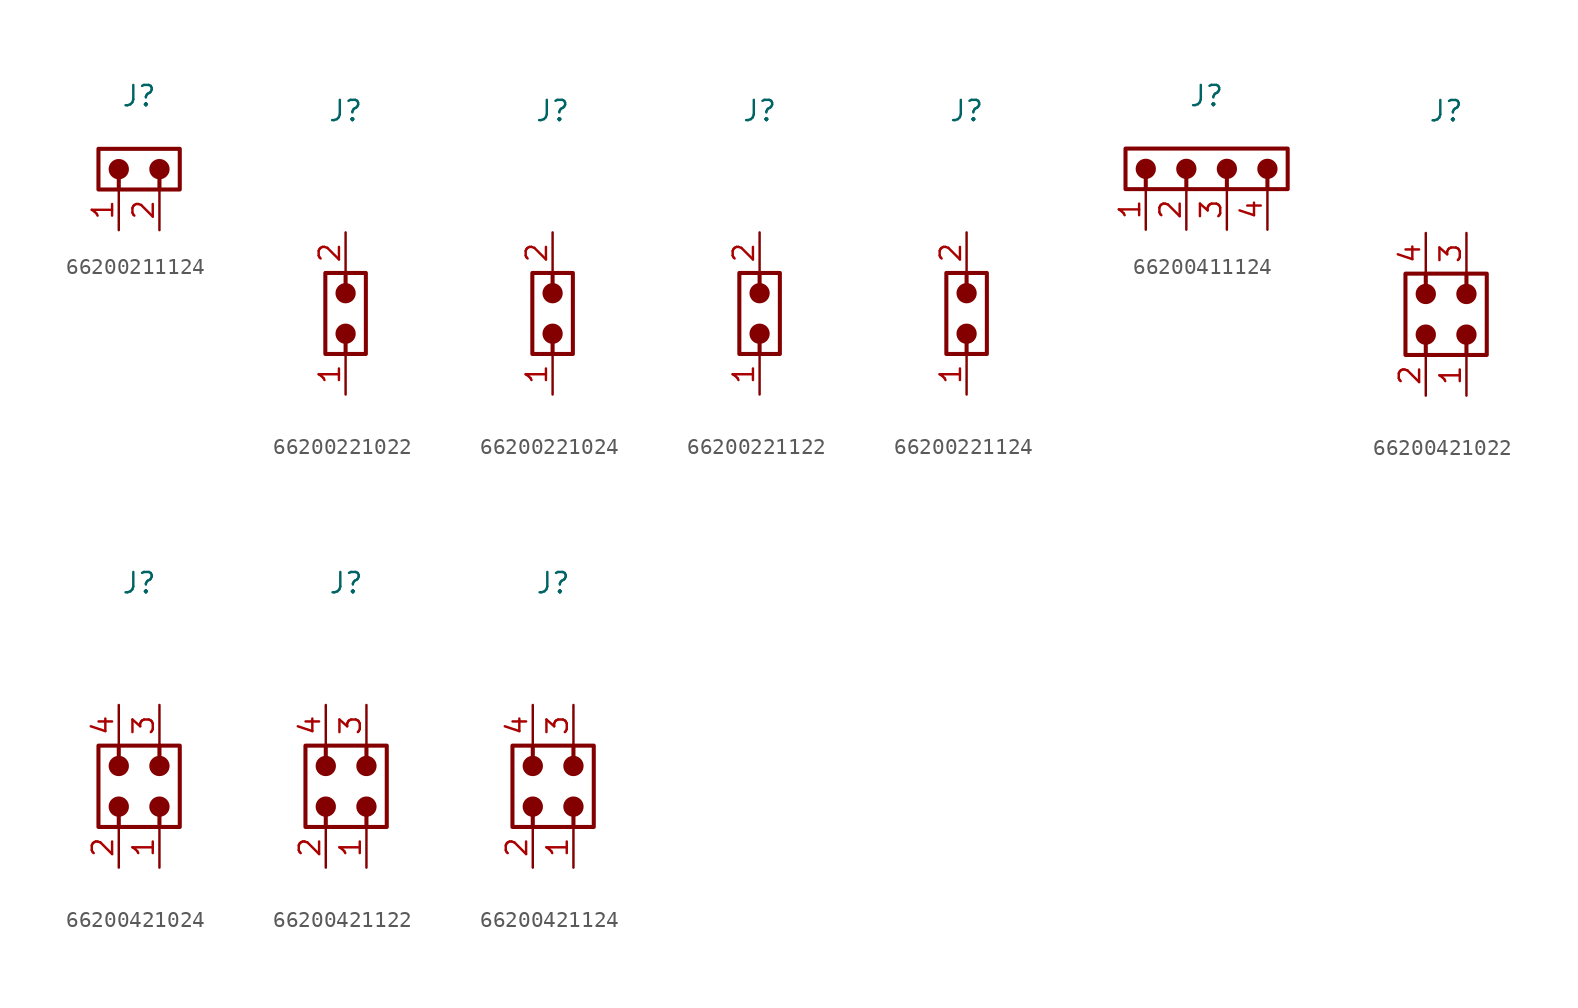
<source format=kicad_sym>
(kicad_symbol_lib
  (version 20241209)
  (generator "kicad_symbol_editor")
  (generator_version "9.0")
  (symbol "66200211124"
    (pin_names
      (hide yes))
    (property "Reference" "J"
      (at 0 4.572 0)
      (effects (font (size 1.27 1.27))))
    (symbol "66200211124_1_1"
      (rectangle (start -2.54 1.27) (end 2.54 -1.27) (stroke (width 0.254) (type solid)) (fill (type none)))
      (circle (center -1.27 0) (radius 0.508) (stroke (width 0.254) (type solid)) (fill (type outline)))
      (polyline (pts (xy -1.27 -0.508) (xy -1.27 -1.27)) (stroke (width 0.254) (type solid)) (fill (type none)))
      (circle (center 1.27 0) (radius 0.508) (stroke (width 0.254) (type solid)) (fill (type outline)))
      (polyline (pts (xy 1.27 -0.508) (xy 1.27 -1.27)) (stroke (width 0.254) (type solid)) (fill (type none)))
      (pin passive line (at -1.27 -3.81 90) (length 2.54) (name "1" (effects (font (size 1.27 1.27)))) (number "1" (effects (font (size 1.27 1.27)))))
      (pin passive line (at 1.27 -3.81 90) (length 2.54) (name "2" (effects (font (size 1.27 1.27)))) (number "2" (effects (font (size 1.27 1.27)))))))
  (symbol "66200221022"
    (pin_names
      (hide yes))
    (property "Reference" "J"
      (at 0 12.7 0)
      (effects (font (size 1.27 1.27))))
    (symbol "66200221022_1_1"
      (polyline (pts (xy 0 1.778) (xy 0 2.54)) (stroke (width 0.254) (type solid)) (fill (type none)))
      (circle (center 0 1.27) (radius 0.508) (stroke (width 0.254) (type solid)) (fill (type outline)))
      (circle (center 0 -1.27) (radius 0.508) (stroke (width 0.254) (type solid)) (fill (type outline)))
      (polyline (pts (xy 0 -1.778) (xy 0 -2.54)) (stroke (width 0.254) (type solid)) (fill (type none)))
      (rectangle (start 1.27 -2.54) (end -1.27 2.54) (stroke (width 0.254) (type solid)) (fill (type none)))
      (pin passive line (at 0 5.08 270) (length 2.54) (name "2" (effects (font (size 1.27 1.27)))) (number "2" (effects (font (size 1.27 1.27)))))
      (pin passive line (at 0 -5.08 90) (length 2.54) (name "1" (effects (font (size 1.27 1.27)))) (number "1" (effects (font (size 1.27 1.27)))))))
  (symbol "66200221024"
    (pin_names
      (hide yes))
    (property "Reference" "J"
      (at 0 12.7 0)
      (effects (font (size 1.27 1.27))))
    (symbol "66200221024_1_1"
      (polyline (pts (xy 0 1.778) (xy 0 2.54)) (stroke (width 0.254) (type solid)) (fill (type none)))
      (circle (center 0 1.27) (radius 0.508) (stroke (width 0.254) (type solid)) (fill (type outline)))
      (circle (center 0 -1.27) (radius 0.508) (stroke (width 0.254) (type solid)) (fill (type outline)))
      (polyline (pts (xy 0 -1.778) (xy 0 -2.54)) (stroke (width 0.254) (type solid)) (fill (type none)))
      (rectangle (start 1.27 -2.54) (end -1.27 2.54) (stroke (width 0.254) (type solid)) (fill (type none)))
      (pin passive line (at 0 5.08 270) (length 2.54) (name "2" (effects (font (size 1.27 1.27)))) (number "2" (effects (font (size 1.27 1.27)))))
      (pin passive line (at 0 -5.08 90) (length 2.54) (name "1" (effects (font (size 1.27 1.27)))) (number "1" (effects (font (size 1.27 1.27)))))))
  (symbol "66200221122"
    (pin_names
      (hide yes))
    (property "Reference" "J"
      (at 0 12.7 0)
      (effects (font (size 1.27 1.27))))
    (symbol "66200221122_1_1"
      (polyline (pts (xy 0 1.778) (xy 0 2.54)) (stroke (width 0.254) (type solid)) (fill (type none)))
      (circle (center 0 1.27) (radius 0.508) (stroke (width 0.254) (type solid)) (fill (type outline)))
      (circle (center 0 -1.27) (radius 0.508) (stroke (width 0.254) (type solid)) (fill (type outline)))
      (polyline (pts (xy 0 -1.778) (xy 0 -2.54)) (stroke (width 0.254) (type solid)) (fill (type none)))
      (rectangle (start 1.27 -2.54) (end -1.27 2.54) (stroke (width 0.254) (type solid)) (fill (type none)))
      (pin passive line (at 0 5.08 270) (length 2.54) (name "2" (effects (font (size 1.27 1.27)))) (number "2" (effects (font (size 1.27 1.27)))))
      (pin passive line (at 0 -5.08 90) (length 2.54) (name "1" (effects (font (size 1.27 1.27)))) (number "1" (effects (font (size 1.27 1.27)))))))
  (symbol "66200221124"
    (pin_names
      (hide yes))
    (property "Reference" "J"
      (at 0 12.7 0)
      (effects (font (size 1.27 1.27))))
    (symbol "66200221124_1_1"
      (rectangle (start -1.27 2.54) (end 1.27 -2.54) (stroke (width 0.254) (type solid)) (fill (type none)))
      (polyline (pts (xy 0 1.778) (xy 0 2.54)) (stroke (width 0.254) (type solid)) (fill (type none)))
      (circle (center 0 1.27) (radius 0.508) (stroke (width 0.254) (type solid)) (fill (type outline)))
      (circle (center 0 -1.27) (radius 0.508) (stroke (width 0.254) (type solid)) (fill (type outline)))
      (polyline (pts (xy 0 -1.778) (xy 0 -2.54)) (stroke (width 0.254) (type solid)) (fill (type none)))
      (pin passive line (at 0 5.08 270) (length 2.54) (name "2" (effects (font (size 1.27 1.27)))) (number "2" (effects (font (size 1.27 1.27)))))
      (pin passive line (at 0 -5.08 90) (length 2.54) (name "1" (effects (font (size 1.27 1.27)))) (number "1" (effects (font (size 1.27 1.27)))))))
  (symbol "66200411124"
    (pin_names
      (hide yes))
    (property "Reference" "J"
      (at 0 4.572 0)
      (effects (font (size 1.27 1.27))))
    (symbol "66200411124_1_1"
      (rectangle (start -5.08 1.27) (end 5.08 -1.27) (stroke (width 0.254) (type solid)) (fill (type none)))
      (circle (center -3.81 0) (radius 0.508) (stroke (width 0.254) (type solid)) (fill (type outline)))
      (polyline (pts (xy -3.81 -0.508) (xy -3.81 -1.27)) (stroke (width 0.254) (type solid)) (fill (type none)))
      (circle (center -1.27 0) (radius 0.508) (stroke (width 0.254) (type solid)) (fill (type outline)))
      (polyline (pts (xy -1.27 -0.508) (xy -1.27 -1.27)) (stroke (width 0.254) (type solid)) (fill (type none)))
      (circle (center 1.27 0) (radius 0.508) (stroke (width 0.254) (type solid)) (fill (type outline)))
      (polyline (pts (xy 1.27 -0.508) (xy 1.27 -1.27)) (stroke (width 0.254) (type solid)) (fill (type none)))
      (circle (center 3.81 0) (radius 0.508) (stroke (width 0.254) (type solid)) (fill (type outline)))
      (polyline (pts (xy 3.81 -0.508) (xy 3.81 -1.27)) (stroke (width 0.254) (type solid)) (fill (type none)))
      (pin passive line (at -3.81 -3.81 90) (length 2.54) (name "1" (effects (font (size 1.27 1.27)))) (number "1" (effects (font (size 1.27 1.27)))))
      (pin passive line (at -1.27 -3.81 90) (length 2.54) (name "2" (effects (font (size 1.27 1.27)))) (number "2" (effects (font (size 1.27 1.27)))))
      (pin passive line (at 1.27 -3.81 90) (length 2.54) (name "3" (effects (font (size 1.27 1.27)))) (number "3" (effects (font (size 1.27 1.27)))))
      (pin passive line (at 3.81 -3.81 90) (length 2.54) (name "4" (effects (font (size 1.27 1.27)))) (number "4" (effects (font (size 1.27 1.27)))))))
  (symbol "66200421022"
    (pin_names
      (hide yes))
    (property "Reference" "J"
      (at 0 12.7 0)
      (effects (font (size 1.27 1.27))))
    (symbol "66200421022_1_1"
      (rectangle (start -2.54 2.54) (end 2.54 -2.54) (stroke (width 0.254) (type solid)) (fill (type none)))
      (polyline (pts (xy -1.27 1.778) (xy -1.27 2.54)) (stroke (width 0.254) (type solid)) (fill (type none)))
      (circle (center -1.27 1.27) (radius 0.508) (stroke (width 0.254) (type solid)) (fill (type outline)))
      (circle (center -1.27 -1.27) (radius 0.508) (stroke (width 0.254) (type solid)) (fill (type outline)))
      (polyline (pts (xy -1.27 -1.778) (xy -1.27 -2.54)) (stroke (width 0.254) (type solid)) (fill (type none)))
      (polyline (pts (xy 1.27 1.778) (xy 1.27 2.54)) (stroke (width 0.254) (type solid)) (fill (type none)))
      (circle (center 1.27 1.27) (radius 0.508) (stroke (width 0.254) (type solid)) (fill (type outline)))
      (circle (center 1.27 -1.27) (radius 0.508) (stroke (width 0.254) (type solid)) (fill (type outline)))
      (polyline (pts (xy 1.27 -1.778) (xy 1.27 -2.54)) (stroke (width 0.254) (type solid)) (fill (type none)))
      (pin passive line (at -1.27 5.08 270) (length 2.54) (name "4" (effects (font (size 1.27 1.27)))) (number "4" (effects (font (size 1.27 1.27)))))
      (pin passive line (at -1.27 -5.08 90) (length 2.54) (name "2" (effects (font (size 1.27 1.27)))) (number "2" (effects (font (size 1.27 1.27)))))
      (pin passive line (at 1.27 5.08 270) (length 2.54) (name "3" (effects (font (size 1.27 1.27)))) (number "3" (effects (font (size 1.27 1.27)))))
      (pin passive line (at 1.27 -5.08 90) (length 2.54) (name "1" (effects (font (size 1.27 1.27)))) (number "1" (effects (font (size 1.27 1.27)))))))
  (symbol "66200421024"
    (pin_names
      (hide yes))
    (property "Reference" "J"
      (at 0 12.7 0)
      (effects (font (size 1.27 1.27))))
    (symbol "66200421024_1_1"
      (rectangle (start -2.54 2.54) (end 2.54 -2.54) (stroke (width 0.254) (type solid)) (fill (type none)))
      (polyline (pts (xy -1.27 1.778) (xy -1.27 2.54)) (stroke (width 0.254) (type solid)) (fill (type none)))
      (circle (center -1.27 1.27) (radius 0.508) (stroke (width 0.254) (type solid)) (fill (type outline)))
      (circle (center -1.27 -1.27) (radius 0.508) (stroke (width 0.254) (type solid)) (fill (type outline)))
      (polyline (pts (xy -1.27 -1.778) (xy -1.27 -2.54)) (stroke (width 0.254) (type solid)) (fill (type none)))
      (polyline (pts (xy 1.27 1.778) (xy 1.27 2.54)) (stroke (width 0.254) (type solid)) (fill (type none)))
      (circle (center 1.27 1.27) (radius 0.508) (stroke (width 0.254) (type solid)) (fill (type outline)))
      (circle (center 1.27 -1.27) (radius 0.508) (stroke (width 0.254) (type solid)) (fill (type outline)))
      (polyline (pts (xy 1.27 -1.778) (xy 1.27 -2.54)) (stroke (width 0.254) (type solid)) (fill (type none)))
      (pin passive line (at -1.27 5.08 270) (length 2.54) (name "4" (effects (font (size 1.27 1.27)))) (number "4" (effects (font (size 1.27 1.27)))))
      (pin passive line (at -1.27 -5.08 90) (length 2.54) (name "2" (effects (font (size 1.27 1.27)))) (number "2" (effects (font (size 1.27 1.27)))))
      (pin passive line (at 1.27 5.08 270) (length 2.54) (name "3" (effects (font (size 1.27 1.27)))) (number "3" (effects (font (size 1.27 1.27)))))
      (pin passive line (at 1.27 -5.08 90) (length 2.54) (name "1" (effects (font (size 1.27 1.27)))) (number "1" (effects (font (size 1.27 1.27)))))))
  (symbol "66200421122"
    (pin_names
      (hide yes))
    (property "Reference" "J"
      (at 0 12.7 0)
      (effects (font (size 1.27 1.27))))
    (symbol "66200421122_1_1"
      (rectangle (start -2.54 2.54) (end 2.54 -2.54) (stroke (width 0.254) (type solid)) (fill (type none)))
      (polyline (pts (xy -1.27 1.778) (xy -1.27 2.54)) (stroke (width 0.254) (type solid)) (fill (type none)))
      (circle (center -1.27 1.27) (radius 0.508) (stroke (width 0.254) (type solid)) (fill (type outline)))
      (circle (center -1.27 -1.27) (radius 0.508) (stroke (width 0.254) (type solid)) (fill (type outline)))
      (polyline (pts (xy -1.27 -1.778) (xy -1.27 -2.54)) (stroke (width 0.254) (type solid)) (fill (type none)))
      (polyline (pts (xy 1.27 1.778) (xy 1.27 2.54)) (stroke (width 0.254) (type solid)) (fill (type none)))
      (circle (center 1.27 1.27) (radius 0.508) (stroke (width 0.254) (type solid)) (fill (type outline)))
      (circle (center 1.27 -1.27) (radius 0.508) (stroke (width 0.254) (type solid)) (fill (type outline)))
      (polyline (pts (xy 1.27 -1.778) (xy 1.27 -2.54)) (stroke (width 0.254) (type solid)) (fill (type none)))
      (pin passive line (at -1.27 5.08 270) (length 2.54) (name "4" (effects (font (size 1.27 1.27)))) (number "4" (effects (font (size 1.27 1.27)))))
      (pin passive line (at -1.27 -5.08 90) (length 2.54) (name "2" (effects (font (size 1.27 1.27)))) (number "2" (effects (font (size 1.27 1.27)))))
      (pin passive line (at 1.27 5.08 270) (length 2.54) (name "3" (effects (font (size 1.27 1.27)))) (number "3" (effects (font (size 1.27 1.27)))))
      (pin passive line (at 1.27 -5.08 90) (length 2.54) (name "1" (effects (font (size 1.27 1.27)))) (number "1" (effects (font (size 1.27 1.27)))))))
  (symbol "66200421124"
    (pin_names
      (hide yes))
    (property "Reference" "J"
      (at 0 12.7 0)
      (effects (font (size 1.27 1.27))))
    (symbol "66200421124_1_1"
      (rectangle (start -2.54 2.54) (end 2.54 -2.54) (stroke (width 0.254) (type solid)) (fill (type none)))
      (polyline (pts (xy -1.27 1.778) (xy -1.27 2.54)) (stroke (width 0.254) (type solid)) (fill (type none)))
      (circle (center -1.27 1.27) (radius 0.508) (stroke (width 0.254) (type solid)) (fill (type outline)))
      (circle (center -1.27 -1.27) (radius 0.508) (stroke (width 0.254) (type solid)) (fill (type outline)))
      (polyline (pts (xy -1.27 -1.778) (xy -1.27 -2.54)) (stroke (width 0.254) (type solid)) (fill (type none)))
      (polyline (pts (xy 1.27 1.778) (xy 1.27 2.54)) (stroke (width 0.254) (type solid)) (fill (type none)))
      (circle (center 1.27 1.27) (radius 0.508) (stroke (width 0.254) (type solid)) (fill (type outline)))
      (circle (center 1.27 -1.27) (radius 0.508) (stroke (width 0.254) (type solid)) (fill (type outline)))
      (polyline (pts (xy 1.27 -1.778) (xy 1.27 -2.54)) (stroke (width 0.254) (type solid)) (fill (type none)))
      (pin passive line (at -1.27 5.08 270) (length 2.54) (name "4" (effects (font (size 1.27 1.27)))) (number "4" (effects (font (size 1.27 1.27)))))
      (pin passive line (at -1.27 -5.08 90) (length 2.54) (name "2" (effects (font (size 1.27 1.27)))) (number "2" (effects (font (size 1.27 1.27)))))
      (pin passive line (at 1.27 5.08 270) (length 2.54) (name "3" (effects (font (size 1.27 1.27)))) (number "3" (effects (font (size 1.27 1.27)))))
      (pin passive line (at 1.27 -5.08 90) (length 2.54) (name "1" (effects (font (size 1.27 1.27)))) (number "1" (effects (font (size 1.27 1.27))))))))
</source>
